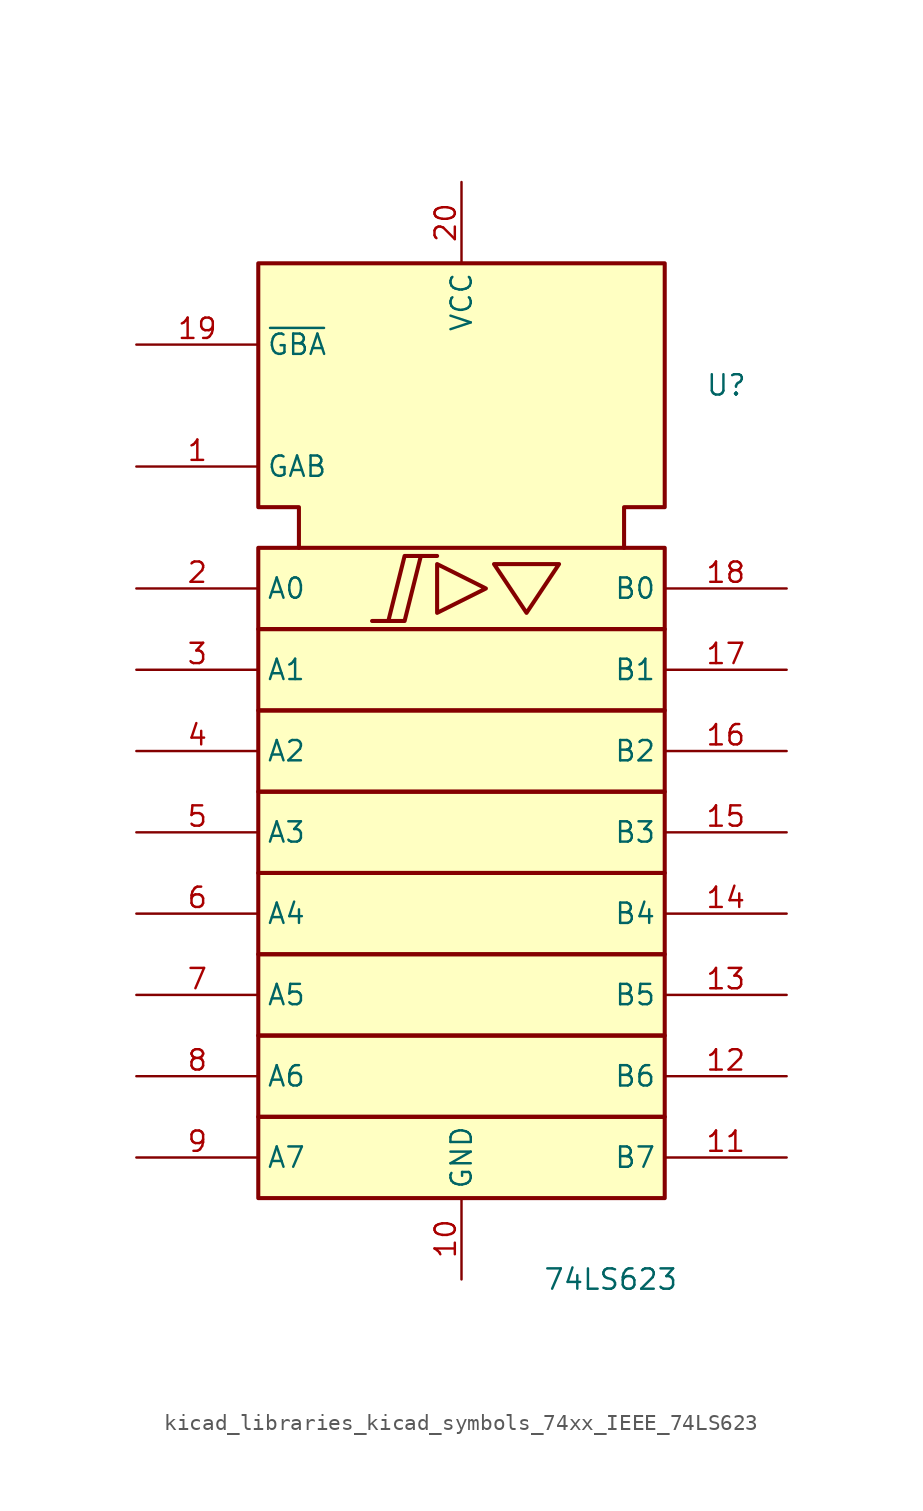
<source format=kicad_sym>
(kicad_symbol_lib
  (version 20220914)
  (generator kicad_symbol_editor)
  (symbol "kicad_libraries_kicad_symbols_74xx_IEEE_74LS623"
    (property "Reference" "U"
      (at 15.24 38.1 0)
      (effects (font (size 1.27 1.27)) (justify left)))
    (property "Value" "74LS623"
      (at 5.08 -17.78 0)
      (effects (font (size 1.27 1.27)) (justify left)))
    (symbol "kicad_libraries_kicad_symbols_74xx_IEEE_74LS623_0_0"
      (polyline (pts (xy -1.524 26.924) (xy -1.524 23.876) (xy 1.524 25.4) (xy -1.524 26.924) (xy -1.524 26.924)) (stroke (width 0.254) (type default)) (fill (type background)))
      (polyline (pts (xy 2.032 26.924) (xy 6.096 26.924) (xy 4.064 23.876) (xy 2.032 26.924) (xy 2.032 26.924)) (stroke (width 0.254) (type default)) (fill (type background)))
      (polyline (pts (xy -5.588 23.368) (xy -3.556 23.368) (xy -2.54 27.432) (xy -1.524 27.432) (xy -3.556 27.432) (xy -4.572 23.368) (xy -4.572 23.368)) (stroke (width 0.254) (type default)) (fill (type background)))
      (pin power_in line (at 0 -17.78 90) (length 5.08) (name "GND" (effects (font (size 1.27 1.27)))) (number "10" (effects (font (size 1.27 1.27)))))
      (pin power_in line (at 0 50.8 270) (length 5.08) (name "VCC" (effects (font (size 1.27 1.27)))) (number "20" (effects (font (size 1.27 1.27))))))
    (symbol "kicad_libraries_kicad_symbols_74xx_IEEE_74LS623_0_1"
      (rectangle (start -12.7 -7.62) (end 12.7 -12.7) (stroke (width 0.254) (type default)) (fill (type background)))
      (rectangle (start -12.7 -2.54) (end 12.7 -7.62) (stroke (width 0.254) (type default)) (fill (type background)))
      (rectangle (start -12.7 2.54) (end 12.7 -2.54) (stroke (width 0.254) (type default)) (fill (type background)))
      (rectangle (start -12.7 7.62) (end 12.7 2.54) (stroke (width 0.254) (type default)) (fill (type background)))
      (rectangle (start -12.7 12.7) (end 12.7 7.62) (stroke (width 0.254) (type default)) (fill (type background)))
      (rectangle (start -12.7 17.78) (end 12.7 12.7) (stroke (width 0.254) (type default)) (fill (type background)))
      (rectangle (start -12.7 22.86) (end 12.7 17.78) (stroke (width 0.254) (type default)) (fill (type background)))
      (rectangle (start -12.7 27.94) (end 12.7 22.86) (stroke (width 0.254) (type default)) (fill (type background)))
      (polyline (pts (xy -10.16 27.94) (xy -10.16 30.48) (xy -12.7 30.48) (xy -12.7 45.72) (xy 12.7 45.72) (xy 12.7 30.48) (xy 10.16 30.48) (xy 10.16 27.94) (xy 10.16 27.94)) (stroke (width 0.254) (type default)) (fill (type background))))
    (symbol "kicad_libraries_kicad_symbols_74xx_IEEE_74LS623_1_1"
      (pin input line (at -20.32 33.02 0) (length 7.62) (name "GAB" (effects (font (size 1.27 1.27)))) (number "1" (effects (font (size 1.27 1.27)))))
      (pin tri_state line (at 20.32 -10.16 180) (length 7.62) (name "B7" (effects (font (size 1.27 1.27)))) (number "11" (effects (font (size 1.27 1.27)))))
      (pin tri_state line (at 20.32 -5.08 180) (length 7.62) (name "B6" (effects (font (size 1.27 1.27)))) (number "12" (effects (font (size 1.27 1.27)))))
      (pin tri_state line (at 20.32 0 180) (length 7.62) (name "B5" (effects (font (size 1.27 1.27)))) (number "13" (effects (font (size 1.27 1.27)))))
      (pin tri_state line (at 20.32 5.08 180) (length 7.62) (name "B4" (effects (font (size 1.27 1.27)))) (number "14" (effects (font (size 1.27 1.27)))))
      (pin tri_state line (at 20.32 10.16 180) (length 7.62) (name "B3" (effects (font (size 1.27 1.27)))) (number "15" (effects (font (size 1.27 1.27)))))
      (pin tri_state line (at 20.32 15.24 180) (length 7.62) (name "B2" (effects (font (size 1.27 1.27)))) (number "16" (effects (font (size 1.27 1.27)))))
      (pin tri_state line (at 20.32 20.32 180) (length 7.62) (name "B1" (effects (font (size 1.27 1.27)))) (number "17" (effects (font (size 1.27 1.27)))))
      (pin tri_state line (at 20.32 25.4 180) (length 7.62) (name "B0" (effects (font (size 1.27 1.27)))) (number "18" (effects (font (size 1.27 1.27)))))
      (pin input line (at -20.32 40.64 0) (length 7.62) (name "~{GBA}" (effects (font (size 1.27 1.27)))) (number "19" (effects (font (size 1.27 1.27)))))
      (pin tri_state line (at -20.32 25.4 0) (length 7.62) (name "A0" (effects (font (size 1.27 1.27)))) (number "2" (effects (font (size 1.27 1.27)))))
      (pin tri_state line (at -20.32 20.32 0) (length 7.62) (name "A1" (effects (font (size 1.27 1.27)))) (number "3" (effects (font (size 1.27 1.27)))))
      (pin tri_state line (at -20.32 15.24 0) (length 7.62) (name "A2" (effects (font (size 1.27 1.27)))) (number "4" (effects (font (size 1.27 1.27)))))
      (pin tri_state line (at -20.32 10.16 0) (length 7.62) (name "A3" (effects (font (size 1.27 1.27)))) (number "5" (effects (font (size 1.27 1.27)))))
      (pin tri_state line (at -20.32 5.08 0) (length 7.62) (name "A4" (effects (font (size 1.27 1.27)))) (number "6" (effects (font (size 1.27 1.27)))))
      (pin tri_state line (at -20.32 0 0) (length 7.62) (name "A5" (effects (font (size 1.27 1.27)))) (number "7" (effects (font (size 1.27 1.27)))))
      (pin tri_state line (at -20.32 -5.08 0) (length 7.62) (name "A6" (effects (font (size 1.27 1.27)))) (number "8" (effects (font (size 1.27 1.27)))))
      (pin tri_state line (at -20.32 -10.16 0) (length 7.62) (name "A7" (effects (font (size 1.27 1.27)))) (number "9" (effects (font (size 1.27 1.27))))))))
</source>
